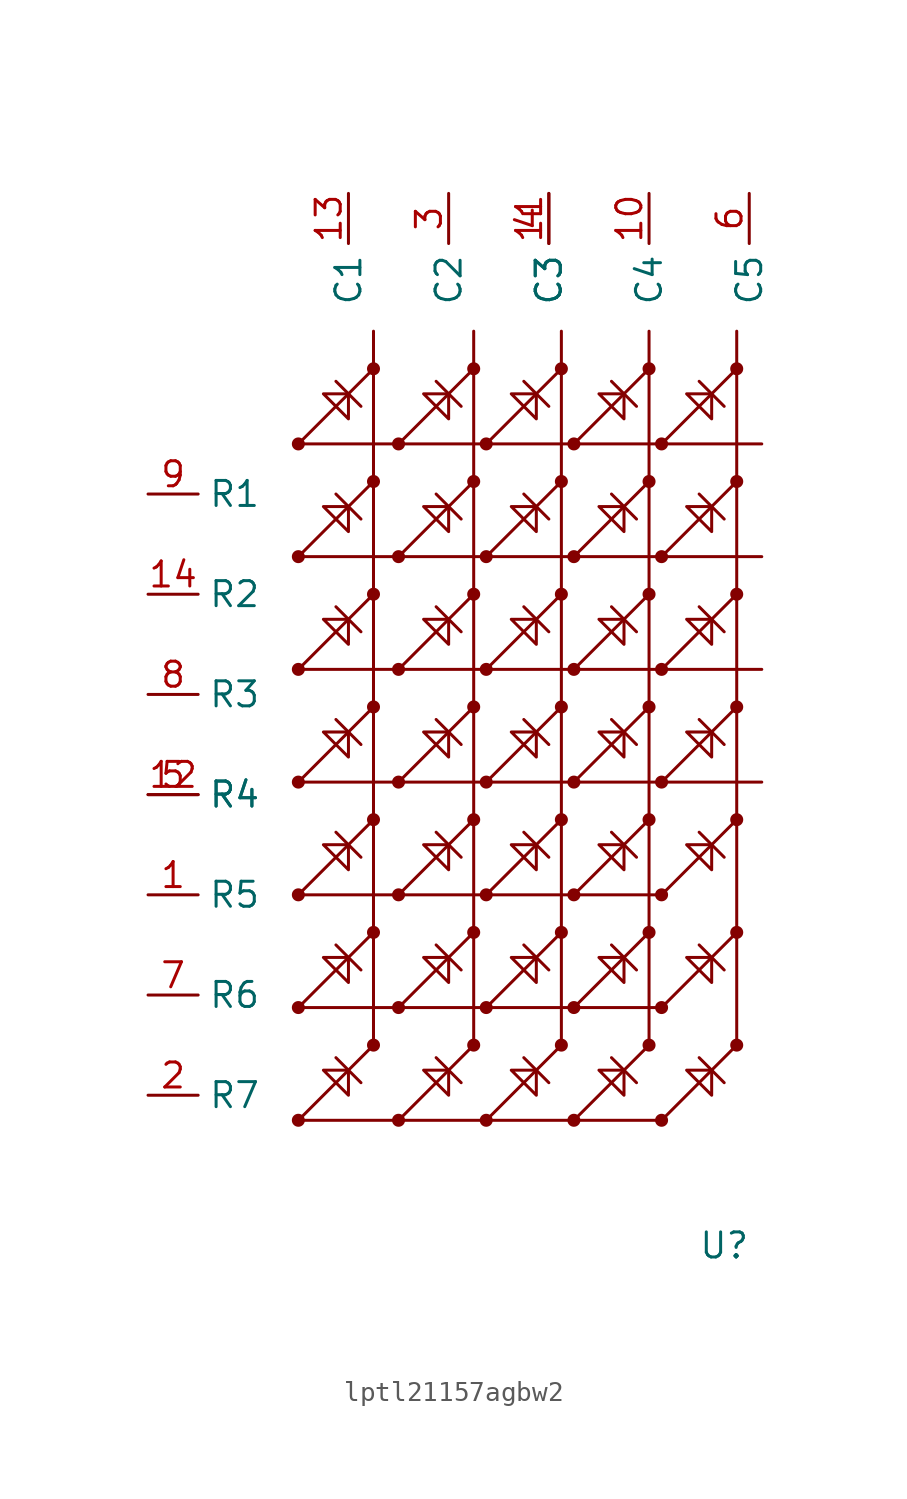
<source format=kicad_sym>
(kicad_symbol_lib
  (version 20231120)
  (generator "kicad_symbol_editor")
  (generator_version "8.0")
  (symbol "lptl21157agbw2"
    (property "Reference" "U"
      (at 0 0 0)
      (effects (font (size 1.27 1.27))))
    (property "Value" ""
      (at 0 0 0)
      (effects (font (size 1.27 1.27))))
    (symbol "lptl21157agbw2_0_1"
      (polyline (pts (xy -21.59 6.35) (xy -19.05 8.89)) (stroke (width 0) (type default)) (fill (type none)))
      (polyline (pts (xy -21.59 6.35) (xy -3.175 6.35)) (stroke (width 0) (type default)) (fill (type none)))
      (polyline (pts (xy -21.59 12.065) (xy -19.05 14.605)) (stroke (width 0) (type default)) (fill (type none)))
      (polyline (pts (xy -21.59 12.065) (xy -3.175 12.065)) (stroke (width 0) (type default)) (fill (type none)))
      (polyline (pts (xy -21.59 17.78) (xy -19.05 20.32)) (stroke (width 0) (type default)) (fill (type none)))
      (polyline (pts (xy -21.59 17.78) (xy -3.175 17.78)) (stroke (width 0) (type default)) (fill (type none)))
      (polyline (pts (xy -21.59 23.495) (xy -19.05 26.035)) (stroke (width 0) (type default)) (fill (type none)))
      (polyline (pts (xy -21.59 23.495) (xy 1.905 23.495)) (stroke (width 0) (type default)) (fill (type none)))
      (polyline (pts (xy -21.59 29.21) (xy -19.05 31.75)) (stroke (width 0) (type default)) (fill (type none)))
      (polyline (pts (xy -21.59 29.21) (xy 1.905 29.21)) (stroke (width 0) (type default)) (fill (type none)))
      (polyline (pts (xy -21.59 34.925) (xy -19.05 37.465)) (stroke (width 0) (type default)) (fill (type none)))
      (polyline (pts (xy -21.59 34.925) (xy 1.905 34.925)) (stroke (width 0) (type default)) (fill (type none)))
      (polyline (pts (xy -21.59 40.64) (xy -19.05 43.18)) (stroke (width 0) (type default)) (fill (type none)))
      (polyline (pts (xy -21.59 40.64) (xy 1.905 40.64)) (stroke (width 0) (type default)) (fill (type none)))
      (polyline (pts (xy -19.685 9.525) (xy -18.415 8.255)) (stroke (width 0) (type default)) (fill (type none)))
      (polyline (pts (xy -19.685 15.24) (xy -18.415 13.97)) (stroke (width 0) (type default)) (fill (type none)))
      (polyline (pts (xy -19.685 20.955) (xy -18.415 19.685)) (stroke (width 0) (type default)) (fill (type none)))
      (polyline (pts (xy -19.685 26.67) (xy -18.415 25.4)) (stroke (width 0) (type default)) (fill (type none)))
      (polyline (pts (xy -19.685 32.385) (xy -18.415 31.115)) (stroke (width 0) (type default)) (fill (type none)))
      (polyline (pts (xy -19.685 38.1) (xy -18.415 36.83)) (stroke (width 0) (type default)) (fill (type none)))
      (polyline (pts (xy -19.685 43.815) (xy -18.415 42.545)) (stroke (width 0) (type default)) (fill (type none)))
      (polyline (pts (xy -17.78 44.45) (xy -17.78 10.16)) (stroke (width 0) (type default)) (fill (type none)))
      (polyline (pts (xy -16.51 6.35) (xy -13.97 8.89)) (stroke (width 0) (type default)) (fill (type none)))
      (polyline (pts (xy -16.51 12.065) (xy -13.97 14.605)) (stroke (width 0) (type default)) (fill (type none)))
      (polyline (pts (xy -16.51 17.78) (xy -13.97 20.32)) (stroke (width 0) (type default)) (fill (type none)))
      (polyline (pts (xy -16.51 23.495) (xy -13.97 26.035)) (stroke (width 0) (type default)) (fill (type none)))
      (polyline (pts (xy -16.51 29.21) (xy -13.97 31.75)) (stroke (width 0) (type default)) (fill (type none)))
      (polyline (pts (xy -16.51 34.925) (xy -13.97 37.465)) (stroke (width 0) (type default)) (fill (type none)))
      (polyline (pts (xy -16.51 40.64) (xy -13.97 43.18)) (stroke (width 0) (type default)) (fill (type none)))
      (polyline (pts (xy -14.605 9.525) (xy -13.335 8.255)) (stroke (width 0) (type default)) (fill (type none)))
      (polyline (pts (xy -14.605 15.24) (xy -13.335 13.97)) (stroke (width 0) (type default)) (fill (type none)))
      (polyline (pts (xy -14.605 20.955) (xy -13.335 19.685)) (stroke (width 0) (type default)) (fill (type none)))
      (polyline (pts (xy -14.605 26.67) (xy -13.335 25.4)) (stroke (width 0) (type default)) (fill (type none)))
      (polyline (pts (xy -14.605 32.385) (xy -13.335 31.115)) (stroke (width 0) (type default)) (fill (type none)))
      (polyline (pts (xy -14.605 38.1) (xy -13.335 36.83)) (stroke (width 0) (type default)) (fill (type none)))
      (polyline (pts (xy -14.605 43.815) (xy -13.335 42.545)) (stroke (width 0) (type default)) (fill (type none)))
      (polyline (pts (xy -13.97 8.89) (xy -12.7 10.16)) (stroke (width 0) (type default)) (fill (type none)))
      (polyline (pts (xy -13.97 14.605) (xy -12.7 15.875)) (stroke (width 0) (type default)) (fill (type none)))
      (polyline (pts (xy -13.97 20.32) (xy -12.7 21.59)) (stroke (width 0) (type default)) (fill (type none)))
      (polyline (pts (xy -13.97 26.035) (xy -12.7 27.305)) (stroke (width 0) (type default)) (fill (type none)))
      (polyline (pts (xy -13.97 31.75) (xy -12.7 33.02)) (stroke (width 0) (type default)) (fill (type none)))
      (polyline (pts (xy -13.97 37.465) (xy -12.7 38.735)) (stroke (width 0) (type default)) (fill (type none)))
      (polyline (pts (xy -13.97 43.18) (xy -12.7 44.45)) (stroke (width 0) (type default)) (fill (type none)))
      (polyline (pts (xy -12.7 46.355) (xy -12.7 10.16)) (stroke (width 0) (type default)) (fill (type none)))
      (polyline (pts (xy -12.065 6.35) (xy -9.525 8.89)) (stroke (width 0) (type default)) (fill (type none)))
      (polyline (pts (xy -12.065 12.065) (xy -9.525 14.605)) (stroke (width 0) (type default)) (fill (type none)))
      (polyline (pts (xy -12.065 17.78) (xy -9.525 20.32)) (stroke (width 0) (type default)) (fill (type none)))
      (polyline (pts (xy -12.065 23.495) (xy -9.525 26.035)) (stroke (width 0) (type default)) (fill (type none)))
      (polyline (pts (xy -12.065 29.21) (xy -9.525 31.75)) (stroke (width 0) (type default)) (fill (type none)))
      (polyline (pts (xy -12.065 34.925) (xy -9.525 37.465)) (stroke (width 0) (type default)) (fill (type none)))
      (polyline (pts (xy -12.065 40.64) (xy -9.525 43.18)) (stroke (width 0) (type default)) (fill (type none)))
      (polyline (pts (xy -10.16 9.525) (xy -8.89 8.255)) (stroke (width 0) (type default)) (fill (type none)))
      (polyline (pts (xy -10.16 15.24) (xy -8.89 13.97)) (stroke (width 0) (type default)) (fill (type none)))
      (polyline (pts (xy -10.16 20.955) (xy -8.89 19.685)) (stroke (width 0) (type default)) (fill (type none)))
      (polyline (pts (xy -10.16 26.67) (xy -8.89 25.4)) (stroke (width 0) (type default)) (fill (type none)))
      (polyline (pts (xy -10.16 32.385) (xy -8.89 31.115)) (stroke (width 0) (type default)) (fill (type none)))
      (polyline (pts (xy -10.16 38.1) (xy -8.89 36.83)) (stroke (width 0) (type default)) (fill (type none)))
      (polyline (pts (xy -10.16 43.815) (xy -8.89 42.545)) (stroke (width 0) (type default)) (fill (type none)))
      (polyline (pts (xy -9.525 8.89) (xy -8.255 10.16)) (stroke (width 0) (type default)) (fill (type none)))
      (polyline (pts (xy -9.525 14.605) (xy -8.255 15.875)) (stroke (width 0) (type default)) (fill (type none)))
      (polyline (pts (xy -9.525 20.32) (xy -8.255 21.59)) (stroke (width 0) (type default)) (fill (type none)))
      (polyline (pts (xy -9.525 26.035) (xy -8.255 27.305)) (stroke (width 0) (type default)) (fill (type none)))
      (polyline (pts (xy -9.525 31.75) (xy -8.255 33.02)) (stroke (width 0) (type default)) (fill (type none)))
      (polyline (pts (xy -9.525 37.465) (xy -8.255 38.735)) (stroke (width 0) (type default)) (fill (type none)))
      (polyline (pts (xy -9.525 43.18) (xy -8.255 44.45)) (stroke (width 0) (type default)) (fill (type none)))
      (polyline (pts (xy -8.255 46.355) (xy -8.255 10.16)) (stroke (width 0) (type default)) (fill (type none)))
      (polyline (pts (xy -7.62 6.35) (xy -5.08 8.89)) (stroke (width 0) (type default)) (fill (type none)))
      (polyline (pts (xy -7.62 12.065) (xy -5.08 14.605)) (stroke (width 0) (type default)) (fill (type none)))
      (polyline (pts (xy -7.62 17.78) (xy -5.08 20.32)) (stroke (width 0) (type default)) (fill (type none)))
      (polyline (pts (xy -7.62 23.495) (xy -5.08 26.035)) (stroke (width 0) (type default)) (fill (type none)))
      (polyline (pts (xy -7.62 29.21) (xy -5.08 31.75)) (stroke (width 0) (type default)) (fill (type none)))
      (polyline (pts (xy -7.62 34.925) (xy -5.08 37.465)) (stroke (width 0) (type default)) (fill (type none)))
      (polyline (pts (xy -7.62 40.64) (xy -5.08 43.18)) (stroke (width 0) (type default)) (fill (type none)))
      (polyline (pts (xy -5.715 9.525) (xy -4.445 8.255)) (stroke (width 0) (type default)) (fill (type none)))
      (polyline (pts (xy -5.715 15.24) (xy -4.445 13.97)) (stroke (width 0) (type default)) (fill (type none)))
      (polyline (pts (xy -5.715 20.955) (xy -4.445 19.685)) (stroke (width 0) (type default)) (fill (type none)))
      (polyline (pts (xy -5.715 26.67) (xy -4.445 25.4)) (stroke (width 0) (type default)) (fill (type none)))
      (polyline (pts (xy -5.715 32.385) (xy -4.445 31.115)) (stroke (width 0) (type default)) (fill (type none)))
      (polyline (pts (xy -5.715 38.1) (xy -4.445 36.83)) (stroke (width 0) (type default)) (fill (type none)))
      (polyline (pts (xy -5.715 43.815) (xy -4.445 42.545)) (stroke (width 0) (type default)) (fill (type none)))
      (polyline (pts (xy -5.08 8.89) (xy -3.81 10.16)) (stroke (width 0) (type default)) (fill (type none)))
      (polyline (pts (xy -5.08 14.605) (xy -3.81 15.875)) (stroke (width 0) (type default)) (fill (type none)))
      (polyline (pts (xy -5.08 20.32) (xy -3.81 21.59)) (stroke (width 0) (type default)) (fill (type none)))
      (polyline (pts (xy -5.08 26.035) (xy -3.81 27.305)) (stroke (width 0) (type default)) (fill (type none)))
      (polyline (pts (xy -5.08 31.75) (xy -3.81 33.02)) (stroke (width 0) (type default)) (fill (type none)))
      (polyline (pts (xy -5.08 37.465) (xy -3.81 38.735)) (stroke (width 0) (type default)) (fill (type none)))
      (polyline (pts (xy -5.08 43.18) (xy -3.81 44.45)) (stroke (width 0) (type default)) (fill (type none)))
      (polyline (pts (xy -3.81 46.355) (xy -3.81 10.16)) (stroke (width 0) (type default)) (fill (type none)))
      (polyline (pts (xy -3.175 6.35) (xy -0.635 8.89)) (stroke (width 0) (type default)) (fill (type none)))
      (polyline (pts (xy -3.175 12.065) (xy -0.635 14.605)) (stroke (width 0) (type default)) (fill (type none)))
      (polyline (pts (xy -3.175 17.78) (xy -0.635 20.32)) (stroke (width 0) (type default)) (fill (type none)))
      (polyline (pts (xy -3.175 23.495) (xy -0.635 26.035)) (stroke (width 0) (type default)) (fill (type none)))
      (polyline (pts (xy -3.175 29.21) (xy -0.635 31.75)) (stroke (width 0) (type default)) (fill (type none)))
      (polyline (pts (xy -3.175 34.925) (xy -0.635 37.465)) (stroke (width 0) (type default)) (fill (type none)))
      (polyline (pts (xy -3.175 40.64) (xy -0.635 43.18)) (stroke (width 0) (type default)) (fill (type none)))
      (polyline (pts (xy -1.27 9.525) (xy 0 8.255)) (stroke (width 0) (type default)) (fill (type none)))
      (polyline (pts (xy -1.27 15.24) (xy 0 13.97)) (stroke (width 0) (type default)) (fill (type none)))
      (polyline (pts (xy -1.27 20.955) (xy 0 19.685)) (stroke (width 0) (type default)) (fill (type none)))
      (polyline (pts (xy -1.27 26.67) (xy 0 25.4)) (stroke (width 0) (type default)) (fill (type none)))
      (polyline (pts (xy -1.27 32.385) (xy 0 31.115)) (stroke (width 0) (type default)) (fill (type none)))
      (polyline (pts (xy -1.27 38.1) (xy 0 36.83)) (stroke (width 0) (type default)) (fill (type none)))
      (polyline (pts (xy -1.27 43.815) (xy 0 42.545)) (stroke (width 0) (type default)) (fill (type none)))
      (polyline (pts (xy -0.635 8.89) (xy 0.635 10.16)) (stroke (width 0) (type default)) (fill (type none)))
      (polyline (pts (xy -0.635 14.605) (xy 0.635 15.875)) (stroke (width 0) (type default)) (fill (type none)))
      (polyline (pts (xy -0.635 20.32) (xy 0.635 21.59)) (stroke (width 0) (type default)) (fill (type none)))
      (polyline (pts (xy -0.635 26.035) (xy 0.635 27.305)) (stroke (width 0) (type default)) (fill (type none)))
      (polyline (pts (xy -0.635 31.75) (xy 0.635 33.02)) (stroke (width 0) (type default)) (fill (type none)))
      (polyline (pts (xy -0.635 37.465) (xy 0.635 38.735)) (stroke (width 0) (type default)) (fill (type none)))
      (polyline (pts (xy -0.635 43.18) (xy 0.635 44.45)) (stroke (width 0) (type default)) (fill (type none)))
      (polyline (pts (xy 0.635 46.355) (xy 0.635 10.16)) (stroke (width 0) (type default)) (fill (type none)))
      (polyline (pts (xy -19.05 8.89) (xy -17.78 10.16) (xy -17.78 12.065)) (stroke (width 0) (type default)) (fill (type none)))
      (polyline (pts (xy -19.05 14.605) (xy -17.78 15.875) (xy -17.78 17.78)) (stroke (width 0) (type default)) (fill (type none)))
      (polyline (pts (xy -19.05 20.32) (xy -17.78 21.59) (xy -17.78 23.495)) (stroke (width 0) (type default)) (fill (type none)))
      (polyline (pts (xy -19.05 26.035) (xy -17.78 27.305) (xy -17.78 29.21)) (stroke (width 0) (type default)) (fill (type none)))
      (polyline (pts (xy -19.05 31.75) (xy -17.78 33.02) (xy -17.78 34.925)) (stroke (width 0) (type default)) (fill (type none)))
      (polyline (pts (xy -19.05 37.465) (xy -17.78 38.735) (xy -17.78 40.64)) (stroke (width 0) (type default)) (fill (type none)))
      (polyline (pts (xy -19.05 43.18) (xy -17.78 44.45) (xy -17.78 46.355)) (stroke (width 0) (type default)) (fill (type none)))
      (polyline (pts (xy -20.32 8.89) (xy -19.05 7.62) (xy -19.05 8.89) (xy -20.32 8.89)) (stroke (width 0) (type default)) (fill (type none)))
      (polyline (pts (xy -20.32 14.605) (xy -19.05 13.335) (xy -19.05 14.605) (xy -20.32 14.605)) (stroke (width 0) (type default)) (fill (type none)))
      (polyline (pts (xy -20.32 20.32) (xy -19.05 19.05) (xy -19.05 20.32) (xy -20.32 20.32)) (stroke (width 0) (type default)) (fill (type none)))
      (polyline (pts (xy -20.32 26.035) (xy -19.05 24.765) (xy -19.05 26.035) (xy -20.32 26.035)) (stroke (width 0) (type default)) (fill (type none)))
      (polyline (pts (xy -20.32 31.75) (xy -19.05 30.48) (xy -19.05 31.75) (xy -20.32 31.75)) (stroke (width 0) (type default)) (fill (type none)))
      (polyline (pts (xy -20.32 37.465) (xy -19.05 36.195) (xy -19.05 37.465) (xy -20.32 37.465)) (stroke (width 0) (type default)) (fill (type none)))
      (polyline (pts (xy -20.32 43.18) (xy -19.05 41.91) (xy -19.05 43.18) (xy -20.32 43.18)) (stroke (width 0) (type default)) (fill (type none)))
      (polyline (pts (xy -15.24 8.89) (xy -13.97 7.62) (xy -13.97 8.89) (xy -15.24 8.89)) (stroke (width 0) (type default)) (fill (type none)))
      (polyline (pts (xy -15.24 14.605) (xy -13.97 13.335) (xy -13.97 14.605) (xy -15.24 14.605)) (stroke (width 0) (type default)) (fill (type none)))
      (polyline (pts (xy -15.24 20.32) (xy -13.97 19.05) (xy -13.97 20.32) (xy -15.24 20.32)) (stroke (width 0) (type default)) (fill (type none)))
      (polyline (pts (xy -15.24 26.035) (xy -13.97 24.765) (xy -13.97 26.035) (xy -15.24 26.035)) (stroke (width 0) (type default)) (fill (type none)))
      (polyline (pts (xy -15.24 31.75) (xy -13.97 30.48) (xy -13.97 31.75) (xy -15.24 31.75)) (stroke (width 0) (type default)) (fill (type none)))
      (polyline (pts (xy -15.24 37.465) (xy -13.97 36.195) (xy -13.97 37.465) (xy -15.24 37.465)) (stroke (width 0) (type default)) (fill (type none)))
      (polyline (pts (xy -15.24 43.18) (xy -13.97 41.91) (xy -13.97 43.18) (xy -15.24 43.18)) (stroke (width 0) (type default)) (fill (type none)))
      (polyline (pts (xy -10.795 8.89) (xy -9.525 7.62) (xy -9.525 8.89) (xy -10.795 8.89)) (stroke (width 0) (type default)) (fill (type none)))
      (polyline (pts (xy -10.795 14.605) (xy -9.525 13.335) (xy -9.525 14.605) (xy -10.795 14.605)) (stroke (width 0) (type default)) (fill (type none)))
      (polyline (pts (xy -10.795 20.32) (xy -9.525 19.05) (xy -9.525 20.32) (xy -10.795 20.32)) (stroke (width 0) (type default)) (fill (type none)))
      (polyline (pts (xy -10.795 26.035) (xy -9.525 24.765) (xy -9.525 26.035) (xy -10.795 26.035)) (stroke (width 0) (type default)) (fill (type none)))
      (polyline (pts (xy -10.795 31.75) (xy -9.525 30.48) (xy -9.525 31.75) (xy -10.795 31.75)) (stroke (width 0) (type default)) (fill (type none)))
      (polyline (pts (xy -10.795 37.465) (xy -9.525 36.195) (xy -9.525 37.465) (xy -10.795 37.465)) (stroke (width 0) (type default)) (fill (type none)))
      (polyline (pts (xy -10.795 43.18) (xy -9.525 41.91) (xy -9.525 43.18) (xy -10.795 43.18)) (stroke (width 0) (type default)) (fill (type none)))
      (polyline (pts (xy -6.35 8.89) (xy -5.08 7.62) (xy -5.08 8.89) (xy -6.35 8.89)) (stroke (width 0) (type default)) (fill (type none)))
      (polyline (pts (xy -6.35 14.605) (xy -5.08 13.335) (xy -5.08 14.605) (xy -6.35 14.605)) (stroke (width 0) (type default)) (fill (type none)))
      (polyline (pts (xy -6.35 20.32) (xy -5.08 19.05) (xy -5.08 20.32) (xy -6.35 20.32)) (stroke (width 0) (type default)) (fill (type none)))
      (polyline (pts (xy -6.35 26.035) (xy -5.08 24.765) (xy -5.08 26.035) (xy -6.35 26.035)) (stroke (width 0) (type default)) (fill (type none)))
      (polyline (pts (xy -6.35 31.75) (xy -5.08 30.48) (xy -5.08 31.75) (xy -6.35 31.75)) (stroke (width 0) (type default)) (fill (type none)))
      (polyline (pts (xy -6.35 37.465) (xy -5.08 36.195) (xy -5.08 37.465) (xy -6.35 37.465)) (stroke (width 0) (type default)) (fill (type none)))
      (polyline (pts (xy -6.35 43.18) (xy -5.08 41.91) (xy -5.08 43.18) (xy -6.35 43.18)) (stroke (width 0) (type default)) (fill (type none)))
      (polyline (pts (xy -1.905 8.89) (xy -0.635 7.62) (xy -0.635 8.89) (xy -1.905 8.89)) (stroke (width 0) (type default)) (fill (type none)))
      (polyline (pts (xy -1.905 14.605) (xy -0.635 13.335) (xy -0.635 14.605) (xy -1.905 14.605)) (stroke (width 0) (type default)) (fill (type none)))
      (polyline (pts (xy -1.905 20.32) (xy -0.635 19.05) (xy -0.635 20.32) (xy -1.905 20.32)) (stroke (width 0) (type default)) (fill (type none)))
      (polyline (pts (xy -1.905 26.035) (xy -0.635 24.765) (xy -0.635 26.035) (xy -1.905 26.035)) (stroke (width 0) (type default)) (fill (type none)))
      (polyline (pts (xy -1.905 31.75) (xy -0.635 30.48) (xy -0.635 31.75) (xy -1.905 31.75)) (stroke (width 0) (type default)) (fill (type none)))
      (polyline (pts (xy -1.905 37.465) (xy -0.635 36.195) (xy -0.635 37.465) (xy -1.905 37.465)) (stroke (width 0) (type default)) (fill (type none)))
      (polyline (pts (xy -1.905 43.18) (xy -0.635 41.91) (xy -0.635 43.18) (xy -1.905 43.18)) (stroke (width 0) (type default)) (fill (type none))))
    (symbol "lptl21157agbw2_1_1"
      (circle (center -21.59 6.35) (radius 0.254) (stroke (width 0) (type default)) (fill (type outline)))
      (circle (center -21.59 12.065) (radius 0.254) (stroke (width 0) (type default)) (fill (type outline)))
      (circle (center -21.59 17.78) (radius 0.254) (stroke (width 0) (type default)) (fill (type outline)))
      (circle (center -21.59 23.495) (radius 0.254) (stroke (width 0) (type default)) (fill (type outline)))
      (circle (center -21.59 29.21) (radius 0.254) (stroke (width 0) (type default)) (fill (type outline)))
      (circle (center -21.59 34.925) (radius 0.254) (stroke (width 0) (type default)) (fill (type outline)))
      (circle (center -21.59 40.64) (radius 0.254) (stroke (width 0) (type default)) (fill (type outline)))
      (circle (center -17.78 10.16) (radius 0.254) (stroke (width 0) (type default)) (fill (type outline)))
      (circle (center -17.78 15.875) (radius 0.254) (stroke (width 0) (type default)) (fill (type outline)))
      (circle (center -17.78 21.59) (radius 0.254) (stroke (width 0) (type default)) (fill (type outline)))
      (circle (center -17.78 27.305) (radius 0.254) (stroke (width 0) (type default)) (fill (type outline)))
      (circle (center -17.78 33.02) (radius 0.254) (stroke (width 0) (type default)) (fill (type outline)))
      (circle (center -17.78 38.735) (radius 0.254) (stroke (width 0) (type default)) (fill (type outline)))
      (circle (center -17.78 44.45) (radius 0.254) (stroke (width 0) (type default)) (fill (type outline)))
      (circle (center -16.51 6.35) (radius 0.254) (stroke (width 0) (type default)) (fill (type outline)))
      (circle (center -16.51 12.065) (radius 0.254) (stroke (width 0) (type default)) (fill (type outline)))
      (circle (center -16.51 17.78) (radius 0.254) (stroke (width 0) (type default)) (fill (type outline)))
      (circle (center -16.51 23.495) (radius 0.254) (stroke (width 0) (type default)) (fill (type outline)))
      (circle (center -16.51 29.21) (radius 0.254) (stroke (width 0) (type default)) (fill (type outline)))
      (circle (center -16.51 34.925) (radius 0.254) (stroke (width 0) (type default)) (fill (type outline)))
      (circle (center -16.51 40.64) (radius 0.254) (stroke (width 0) (type default)) (fill (type outline)))
      (circle (center -12.7 10.16) (radius 0.254) (stroke (width 0) (type default)) (fill (type outline)))
      (circle (center -12.7 15.875) (radius 0.254) (stroke (width 0) (type default)) (fill (type outline)))
      (circle (center -12.7 21.59) (radius 0.254) (stroke (width 0) (type default)) (fill (type outline)))
      (circle (center -12.7 27.305) (radius 0.254) (stroke (width 0) (type default)) (fill (type outline)))
      (circle (center -12.7 33.02) (radius 0.254) (stroke (width 0) (type default)) (fill (type outline)))
      (circle (center -12.7 38.735) (radius 0.254) (stroke (width 0) (type default)) (fill (type outline)))
      (circle (center -12.7 44.45) (radius 0.254) (stroke (width 0) (type default)) (fill (type outline)))
      (circle (center -12.065 6.35) (radius 0.254) (stroke (width 0) (type default)) (fill (type outline)))
      (circle (center -12.065 12.065) (radius 0.254) (stroke (width 0) (type default)) (fill (type outline)))
      (circle (center -12.065 17.78) (radius 0.254) (stroke (width 0) (type default)) (fill (type outline)))
      (circle (center -12.065 23.495) (radius 0.254) (stroke (width 0) (type default)) (fill (type outline)))
      (circle (center -12.065 29.21) (radius 0.254) (stroke (width 0) (type default)) (fill (type outline)))
      (circle (center -12.065 34.925) (radius 0.254) (stroke (width 0) (type default)) (fill (type outline)))
      (circle (center -12.065 40.64) (radius 0.254) (stroke (width 0) (type default)) (fill (type outline)))
      (circle (center -8.255 10.16) (radius 0.254) (stroke (width 0) (type default)) (fill (type outline)))
      (circle (center -8.255 15.875) (radius 0.254) (stroke (width 0) (type default)) (fill (type outline)))
      (circle (center -8.255 21.59) (radius 0.254) (stroke (width 0) (type default)) (fill (type outline)))
      (circle (center -8.255 27.305) (radius 0.254) (stroke (width 0) (type default)) (fill (type outline)))
      (circle (center -8.255 33.02) (radius 0.254) (stroke (width 0) (type default)) (fill (type outline)))
      (circle (center -8.255 38.735) (radius 0.254) (stroke (width 0) (type default)) (fill (type outline)))
      (circle (center -8.255 44.45) (radius 0.254) (stroke (width 0) (type default)) (fill (type outline)))
      (circle (center -7.62 6.35) (radius 0.254) (stroke (width 0) (type default)) (fill (type outline)))
      (circle (center -7.62 12.065) (radius 0.254) (stroke (width 0) (type default)) (fill (type outline)))
      (circle (center -7.62 17.78) (radius 0.254) (stroke (width 0) (type default)) (fill (type outline)))
      (circle (center -7.62 23.495) (radius 0.254) (stroke (width 0) (type default)) (fill (type outline)))
      (circle (center -7.62 29.21) (radius 0.254) (stroke (width 0) (type default)) (fill (type outline)))
      (circle (center -7.62 34.925) (radius 0.254) (stroke (width 0) (type default)) (fill (type outline)))
      (circle (center -7.62 40.64) (radius 0.254) (stroke (width 0) (type default)) (fill (type outline)))
      (circle (center -3.81 10.16) (radius 0.254) (stroke (width 0) (type default)) (fill (type outline)))
      (circle (center -3.81 15.875) (radius 0.254) (stroke (width 0) (type default)) (fill (type outline)))
      (circle (center -3.81 21.59) (radius 0.254) (stroke (width 0) (type default)) (fill (type outline)))
      (circle (center -3.81 27.305) (radius 0.254) (stroke (width 0) (type default)) (fill (type outline)))
      (circle (center -3.81 33.02) (radius 0.254) (stroke (width 0) (type default)) (fill (type outline)))
      (circle (center -3.81 38.735) (radius 0.254) (stroke (width 0) (type default)) (fill (type outline)))
      (circle (center -3.81 44.45) (radius 0.254) (stroke (width 0) (type default)) (fill (type outline)))
      (circle (center -3.175 6.35) (radius 0.254) (stroke (width 0) (type default)) (fill (type outline)))
      (circle (center -3.175 12.065) (radius 0.254) (stroke (width 0) (type default)) (fill (type outline)))
      (circle (center -3.175 17.78) (radius 0.254) (stroke (width 0) (type default)) (fill (type outline)))
      (circle (center -3.175 23.495) (radius 0.254) (stroke (width 0) (type default)) (fill (type outline)))
      (circle (center -3.175 29.21) (radius 0.254) (stroke (width 0) (type default)) (fill (type outline)))
      (circle (center -3.175 34.925) (radius 0.254) (stroke (width 0) (type default)) (fill (type outline)))
      (circle (center -3.175 40.64) (radius 0.254) (stroke (width 0) (type default)) (fill (type outline)))
      (circle (center 0.635 10.16) (radius 0.254) (stroke (width 0) (type default)) (fill (type outline)))
      (circle (center 0.635 15.875) (radius 0.254) (stroke (width 0) (type default)) (fill (type outline)))
      (circle (center 0.635 21.59) (radius 0.254) (stroke (width 0) (type default)) (fill (type outline)))
      (circle (center 0.635 27.305) (radius 0.254) (stroke (width 0) (type default)) (fill (type outline)))
      (circle (center 0.635 33.02) (radius 0.254) (stroke (width 0) (type default)) (fill (type outline)))
      (circle (center 0.635 38.735) (radius 0.254) (stroke (width 0) (type default)) (fill (type outline)))
      (circle (center 0.635 44.45) (radius 0.254) (stroke (width 0) (type default)) (fill (type outline)))
      (pin input line (at -29.21 17.78 0) (length 2.54) (name "R5" (effects (font (size 1.27 1.27)))) (number "1" (effects (font (size 1.27 1.27)))))
      (pin input line (at -3.81 53.34 270) (length 2.54) (name "C4" (effects (font (size 1.27 1.27)))) (number "10" (effects (font (size 1.27 1.27)))))
      (pin input line (at -8.89 53.34 270) (length 2.54) (name "C3" (effects (font (size 1.27 1.27)))) (number "11" (effects (font (size 1.27 1.27)))))
      (pin input line (at -29.21 22.86 0) (length 2.54) (name "R4" (effects (font (size 1.27 1.27)))) (number "12" (effects (font (size 1.27 1.27)))))
      (pin input line (at -19.05 53.34 270) (length 2.54) (name "C1" (effects (font (size 1.27 1.27)))) (number "13" (effects (font (size 1.27 1.27)))))
      (pin input line (at -29.21 33.02 0) (length 2.54) (name "R2" (effects (font (size 1.27 1.27)))) (number "14" (effects (font (size 1.27 1.27)))))
      (pin input line (at -29.21 7.62 0) (length 2.54) (name "R7" (effects (font (size 1.27 1.27)))) (number "2" (effects (font (size 1.27 1.27)))))
      (pin input line (at -13.97 53.34 270) (length 2.54) (name "C2" (effects (font (size 1.27 1.27)))) (number "3" (effects (font (size 1.27 1.27)))))
      (pin input line (at -8.89 53.34 270) (length 2.54) (name "C3" (effects (font (size 1.27 1.27)))) (number "4" (effects (font (size 1.27 1.27)))))
      (pin input line (at -29.21 22.86 0) (length 2.54) (name "R4" (effects (font (size 1.27 1.27)))) (number "5" (effects (font (size 1.27 1.27)))))
      (pin input line (at 1.27 53.34 270) (length 2.54) (name "C5" (effects (font (size 1.27 1.27)))) (number "6" (effects (font (size 1.27 1.27)))))
      (pin input line (at -29.21 12.7 0) (length 2.54) (name "R6" (effects (font (size 1.27 1.27)))) (number "7" (effects (font (size 1.27 1.27)))))
      (pin input line (at -29.21 27.94 0) (length 2.54) (name "R3" (effects (font (size 1.27 1.27)))) (number "8" (effects (font (size 1.27 1.27)))))
      (pin input line (at -29.21 38.1 0) (length 2.54) (name "R1" (effects (font (size 1.27 1.27)))) (number "9" (effects (font (size 1.27 1.27))))))))
</source>
